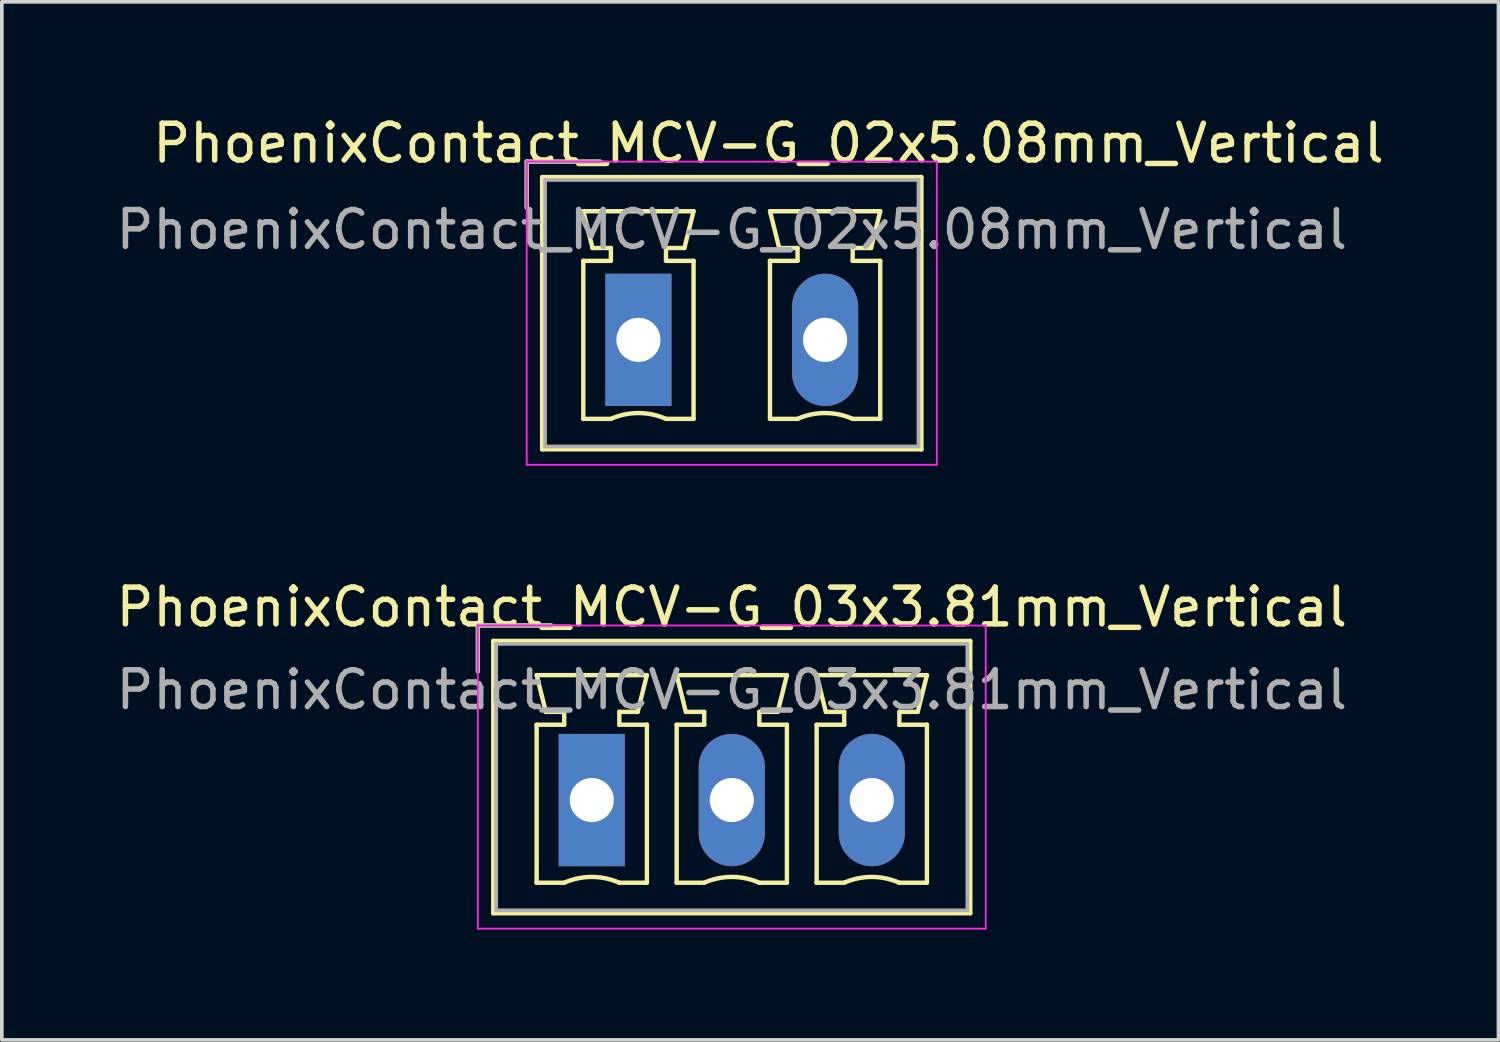
<source format=kicad_pcb>
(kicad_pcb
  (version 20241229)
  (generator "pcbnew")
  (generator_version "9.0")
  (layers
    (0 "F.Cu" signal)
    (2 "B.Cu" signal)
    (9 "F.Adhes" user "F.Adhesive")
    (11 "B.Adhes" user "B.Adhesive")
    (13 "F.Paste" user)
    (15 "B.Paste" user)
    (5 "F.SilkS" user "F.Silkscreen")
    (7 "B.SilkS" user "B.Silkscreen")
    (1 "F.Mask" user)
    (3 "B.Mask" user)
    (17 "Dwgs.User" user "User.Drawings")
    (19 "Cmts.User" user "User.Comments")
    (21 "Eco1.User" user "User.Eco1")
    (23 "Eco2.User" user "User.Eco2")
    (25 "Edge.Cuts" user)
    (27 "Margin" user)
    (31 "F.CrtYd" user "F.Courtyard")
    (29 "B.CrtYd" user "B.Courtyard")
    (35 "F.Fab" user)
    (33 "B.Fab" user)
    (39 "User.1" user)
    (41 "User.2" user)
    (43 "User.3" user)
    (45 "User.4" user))
  (footprint "PhoenixContact_MCV-G_02x5.08mm_Vertical"
    (layer "F.Cu")
    (at 14.323 6.198)
    (property "Reference" "PhoenixContact_MCV-G_02x5.08mm_Vertical" (at 3.54 -5.35 0) (layer "F.SilkS") (effects (font (size 1 1) (thickness 0.15))))
    (attr through_hole)
    (fp_line (start -3.04 -4.85) (end -1.04 -4.85) (stroke (width 0.12) (type solid)) (layer "F.SilkS"))
    (fp_line (start -3.04 -3.6) (end -3.04 -4.85) (stroke (width 0.12) (type solid)) (layer "F.SilkS"))
    (fp_line (start -2.62 -4.43) (end -2.62 2.98) (stroke (width 0.12) (type solid)) (layer "F.SilkS"))
    (fp_line (start -2.62 2.98) (end 7.7 2.98) (stroke (width 0.12) (type solid)) (layer "F.SilkS"))
    (fp_line (start -1.5 -3.5) (end 1.5 -3.5) (stroke (width 0.12) (type solid)) (layer "F.SilkS"))
    (fp_line (start -1.5 -2.15) (end -0.75 -2.15) (stroke (width 0.12) (type solid)) (layer "F.SilkS"))
    (fp_line (start -1.5 2.15) (end -1.5 -2.15) (stroke (width 0.12) (type solid)) (layer "F.SilkS"))
    (fp_line (start -1.25 -2.5) (end -1.5 -3.5) (stroke (width 0.12) (type solid)) (layer "F.SilkS"))
    (fp_line (start -0.75 -2.5) (end -1.25 -2.5) (stroke (width 0.12) (type solid)) (layer "F.SilkS"))
    (fp_line (start -0.75 -2.15) (end -0.75 -2.5) (stroke (width 0.12) (type solid)) (layer "F.SilkS"))
    (fp_line (start -0.75 2.15) (end -1.5 2.15) (stroke (width 0.12) (type solid)) (layer "F.SilkS"))
    (fp_line (start 0.75 -2.5) (end 0.75 -2.15) (stroke (width 0.12) (type solid)) (layer "F.SilkS"))
    (fp_line (start 0.75 -2.15) (end 1.5 -2.15) (stroke (width 0.12) (type solid)) (layer "F.SilkS"))
    (fp_line (start 1.25 -2.5) (end 0.75 -2.5) (stroke (width 0.12) (type solid)) (layer "F.SilkS"))
    (fp_line (start 1.5 -3.5) (end 1.25 -2.5) (stroke (width 0.12) (type solid)) (layer "F.SilkS"))
    (fp_line (start 1.5 -2.15) (end 1.5 2.15) (stroke (width 0.12) (type solid)) (layer "F.SilkS"))
    (fp_line (start 1.5 2.15) (end 0.75 2.15) (stroke (width 0.12) (type solid)) (layer "F.SilkS"))
    (fp_line (start 3.58 -3.5) (end 6.58 -3.5) (stroke (width 0.12) (type solid)) (layer "F.SilkS"))
    (fp_line (start 3.58 -2.15) (end 4.33 -2.15) (stroke (width 0.12) (type solid)) (layer "F.SilkS"))
    (fp_line (start 3.58 2.15) (end 3.58 -2.15) (stroke (width 0.12) (type solid)) (layer "F.SilkS"))
    (fp_line (start 3.83 -2.5) (end 3.58 -3.5) (stroke (width 0.12) (type solid)) (layer "F.SilkS"))
    (fp_line (start 4.33 -2.5) (end 3.83 -2.5) (stroke (width 0.12) (type solid)) (layer "F.SilkS"))
    (fp_line (start 4.33 -2.15) (end 4.33 -2.5) (stroke (width 0.12) (type solid)) (layer "F.SilkS"))
    (fp_line (start 4.33 2.15) (end 3.58 2.15) (stroke (width 0.12) (type solid)) (layer "F.SilkS"))
    (fp_line (start 5.83 -2.5) (end 5.83 -2.15) (stroke (width 0.12) (type solid)) (layer "F.SilkS"))
    (fp_line (start 5.83 -2.15) (end 6.58 -2.15) (stroke (width 0.12) (type solid)) (layer "F.SilkS"))
    (fp_line (start 6.33 -2.5) (end 5.83 -2.5) (stroke (width 0.12) (type solid)) (layer "F.SilkS"))
    (fp_line (start 6.58 -3.5) (end 6.33 -2.5) (stroke (width 0.12) (type solid)) (layer "F.SilkS"))
    (fp_line (start 6.58 -2.15) (end 6.58 2.15) (stroke (width 0.12) (type solid)) (layer "F.SilkS"))
    (fp_line (start 6.58 2.15) (end 5.83 2.15) (stroke (width 0.12) (type solid)) (layer "F.SilkS"))
    (fp_line (start 7.7 -4.43) (end -2.62 -4.43) (stroke (width 0.12) (type solid)) (layer "F.SilkS"))
    (fp_line (start 7.7 2.98) (end 7.7 -4.43) (stroke (width 0.12) (type solid)) (layer "F.SilkS"))
    (fp_arc (start -0.75 2.15) (mid -0.000193 1.99191) (end 0.749647 2.149844) (stroke (width 0.12) (type solid)) (layer "F.SilkS"))
    (fp_arc (start 4.33 2.15) (mid 5.079807 1.99191) (end 5.829647 2.149844) (stroke (width 0.12) (type solid)) (layer "F.SilkS"))
    (fp_line (start -3.04 -4.85) (end -3.04 3.4) (stroke (width 0.05) (type solid)) (layer "F.CrtYd"))
    (fp_line (start -3.04 3.4) (end 8.12 3.4) (stroke (width 0.05) (type solid)) (layer "F.CrtYd"))
    (fp_line (start 8.12 -4.85) (end -3.04 -4.85) (stroke (width 0.05) (type solid)) (layer "F.CrtYd"))
    (fp_line (start 8.12 3.4) (end 8.12 -4.85) (stroke (width 0.05) (type solid)) (layer "F.CrtYd"))
    (fp_line (start -3.04 -4.85) (end -1.04 -4.85) (stroke (width 0.1) (type solid)) (layer "F.Fab"))
    (fp_line (start -3.04 -3.6) (end -3.04 -4.85) (stroke (width 0.1) (type solid)) (layer "F.Fab"))
    (fp_line (start -2.54 -4.35) (end -2.54 2.9) (stroke (width 0.1) (type solid)) (layer "F.Fab"))
    (fp_line (start -2.54 2.9) (end 7.62 2.9) (stroke (width 0.1) (type solid)) (layer "F.Fab"))
    (fp_line (start 7.62 -4.35) (end -2.54 -4.35) (stroke (width 0.1) (type solid)) (layer "F.Fab"))
    (fp_line (start 7.62 2.9) (end 7.62 -4.35) (stroke (width 0.1) (type solid)) (layer "F.Fab"))
    (fp_text user "${REFERENCE}" (at 2.54 -3 0) (layer "F.Fab") (effects (font (size 1 1) (thickness 0.15))))
    (pad "1" thru_hole rect (at 0 0) (size 1.8 3.6) (drill 1.2) (layers "*.Cu" "*.Mask"))
    (pad "2" thru_hole oval (at 5.08 0) (size 1.8 3.6) (drill 1.2) (layers "*.Cu" "*.Mask")))
  (footprint "PhoenixContact_MCV-G_03x3.81mm_Vertical"
    (layer "F.Cu")
    (at 13.053 18.721)
    (property "Reference" "PhoenixContact_MCV-G_03x3.81mm_Vertical" (at 3.81 -5.25 0) (layer "F.SilkS") (effects (font (size 1 1) (thickness 0.15))))
    (attr through_hole)
    (fp_line (start -3.1 -4.75) (end -1.1 -4.75) (stroke (width 0.12) (type solid)) (layer "F.SilkS"))
    (fp_line (start -3.1 -3.5) (end -3.1 -4.75) (stroke (width 0.12) (type solid)) (layer "F.SilkS"))
    (fp_line (start -2.68 -4.33) (end -2.68 3.08) (stroke (width 0.12) (type solid)) (layer "F.SilkS"))
    (fp_line (start -2.68 3.08) (end 10.3 3.08) (stroke (width 0.12) (type solid)) (layer "F.SilkS"))
    (fp_line (start -1.5 -3.4) (end 1.5 -3.4) (stroke (width 0.12) (type solid)) (layer "F.SilkS"))
    (fp_line (start -1.5 -2.05) (end -0.75 -2.05) (stroke (width 0.12) (type solid)) (layer "F.SilkS"))
    (fp_line (start -1.5 2.25) (end -1.5 -2.05) (stroke (width 0.12) (type solid)) (layer "F.SilkS"))
    (fp_line (start -1.25 -2.4) (end -1.5 -3.4) (stroke (width 0.12) (type solid)) (layer "F.SilkS"))
    (fp_line (start -0.75 -2.4) (end -1.25 -2.4) (stroke (width 0.12) (type solid)) (layer "F.SilkS"))
    (fp_line (start -0.75 -2.05) (end -0.75 -2.4) (stroke (width 0.12) (type solid)) (layer "F.SilkS"))
    (fp_line (start -0.75 2.25) (end -1.5 2.25) (stroke (width 0.12) (type solid)) (layer "F.SilkS"))
    (fp_line (start 0.75 -2.4) (end 0.75 -2.05) (stroke (width 0.12) (type solid)) (layer "F.SilkS"))
    (fp_line (start 0.75 -2.05) (end 1.5 -2.05) (stroke (width 0.12) (type solid)) (layer "F.SilkS"))
    (fp_line (start 1.25 -2.4) (end 0.75 -2.4) (stroke (width 0.12) (type solid)) (layer "F.SilkS"))
    (fp_line (start 1.5 -3.4) (end 1.25 -2.4) (stroke (width 0.12) (type solid)) (layer "F.SilkS"))
    (fp_line (start 1.5 -2.05) (end 1.5 2.25) (stroke (width 0.12) (type solid)) (layer "F.SilkS"))
    (fp_line (start 1.5 2.25) (end 0.75 2.25) (stroke (width 0.12) (type solid)) (layer "F.SilkS"))
    (fp_line (start 2.31 -3.4) (end 5.31 -3.4) (stroke (width 0.12) (type solid)) (layer "F.SilkS"))
    (fp_line (start 2.31 -2.05) (end 3.06 -2.05) (stroke (width 0.12) (type solid)) (layer "F.SilkS"))
    (fp_line (start 2.31 2.25) (end 2.31 -2.05) (stroke (width 0.12) (type solid)) (layer "F.SilkS"))
    (fp_line (start 2.56 -2.4) (end 2.31 -3.4) (stroke (width 0.12) (type solid)) (layer "F.SilkS"))
    (fp_line (start 3.06 -2.4) (end 2.56 -2.4) (stroke (width 0.12) (type solid)) (layer "F.SilkS"))
    (fp_line (start 3.06 -2.05) (end 3.06 -2.4) (stroke (width 0.12) (type solid)) (layer "F.SilkS"))
    (fp_line (start 3.06 2.25) (end 2.31 2.25) (stroke (width 0.12) (type solid)) (layer "F.SilkS"))
    (fp_line (start 4.56 -2.4) (end 4.56 -2.05) (stroke (width 0.12) (type solid)) (layer "F.SilkS"))
    (fp_line (start 4.56 -2.05) (end 5.31 -2.05) (stroke (width 0.12) (type solid)) (layer "F.SilkS"))
    (fp_line (start 5.06 -2.4) (end 4.56 -2.4) (stroke (width 0.12) (type solid)) (layer "F.SilkS"))
    (fp_line (start 5.31 -3.4) (end 5.06 -2.4) (stroke (width 0.12) (type solid)) (layer "F.SilkS"))
    (fp_line (start 5.31 -2.05) (end 5.31 2.25) (stroke (width 0.12) (type solid)) (layer "F.SilkS"))
    (fp_line (start 5.31 2.25) (end 4.56 2.25) (stroke (width 0.12) (type solid)) (layer "F.SilkS"))
    (fp_line (start 6.12 -3.4) (end 9.12 -3.4) (stroke (width 0.12) (type solid)) (layer "F.SilkS"))
    (fp_line (start 6.12 -2.05) (end 6.87 -2.05) (stroke (width 0.12) (type solid)) (layer "F.SilkS"))
    (fp_line (start 6.12 2.25) (end 6.12 -2.05) (stroke (width 0.12) (type solid)) (layer "F.SilkS"))
    (fp_line (start 6.37 -2.4) (end 6.12 -3.4) (stroke (width 0.12) (type solid)) (layer "F.SilkS"))
    (fp_line (start 6.87 -2.4) (end 6.37 -2.4) (stroke (width 0.12) (type solid)) (layer "F.SilkS"))
    (fp_line (start 6.87 -2.05) (end 6.87 -2.4) (stroke (width 0.12) (type solid)) (layer "F.SilkS"))
    (fp_line (start 6.87 2.25) (end 6.12 2.25) (stroke (width 0.12) (type solid)) (layer "F.SilkS"))
    (fp_line (start 8.37 -2.4) (end 8.37 -2.05) (stroke (width 0.12) (type solid)) (layer "F.SilkS"))
    (fp_line (start 8.37 -2.05) (end 9.12 -2.05) (stroke (width 0.12) (type solid)) (layer "F.SilkS"))
    (fp_line (start 8.87 -2.4) (end 8.37 -2.4) (stroke (width 0.12) (type solid)) (layer "F.SilkS"))
    (fp_line (start 9.12 -3.4) (end 8.87 -2.4) (stroke (width 0.12) (type solid)) (layer "F.SilkS"))
    (fp_line (start 9.12 -2.05) (end 9.12 2.25) (stroke (width 0.12) (type solid)) (layer "F.SilkS"))
    (fp_line (start 9.12 2.25) (end 8.37 2.25) (stroke (width 0.12) (type solid)) (layer "F.SilkS"))
    (fp_line (start 10.3 -4.33) (end -2.68 -4.33) (stroke (width 0.12) (type solid)) (layer "F.SilkS"))
    (fp_line (start 10.3 3.08) (end 10.3 -4.33) (stroke (width 0.12) (type solid)) (layer "F.SilkS"))
    (fp_arc (start -0.75 2.25) (mid -0.000193 2.09191) (end 0.749647 2.249844) (stroke (width 0.12) (type solid)) (layer "F.SilkS"))
    (fp_arc (start 3.06 2.25) (mid 3.809807 2.09191) (end 4.559647 2.249844) (stroke (width 0.12) (type solid)) (layer "F.SilkS"))
    (fp_arc (start 6.87 2.25) (mid 7.619807 2.09191) (end 8.369647 2.249844) (stroke (width 0.12) (type solid)) (layer "F.SilkS"))
    (fp_line (start -3.1 -4.75) (end -3.1 3.5) (stroke (width 0.05) (type solid)) (layer "F.CrtYd"))
    (fp_line (start -3.1 3.5) (end 10.72 3.5) (stroke (width 0.05) (type solid)) (layer "F.CrtYd"))
    (fp_line (start 10.72 -4.75) (end -3.1 -4.75) (stroke (width 0.05) (type solid)) (layer "F.CrtYd"))
    (fp_line (start 10.72 3.5) (end 10.72 -4.75) (stroke (width 0.05) (type solid)) (layer "F.CrtYd"))
    (fp_line (start -3.1 -4.75) (end -1.1 -4.75) (stroke (width 0.1) (type solid)) (layer "F.Fab"))
    (fp_line (start -3.1 -3.5) (end -3.1 -4.75) (stroke (width 0.1) (type solid)) (layer "F.Fab"))
    (fp_line (start -2.6 -4.25) (end -2.6 3) (stroke (width 0.1) (type solid)) (layer "F.Fab"))
    (fp_line (start -2.6 3) (end 10.22 3) (stroke (width 0.1) (type solid)) (layer "F.Fab"))
    (fp_line (start 10.22 -4.25) (end -2.6 -4.25) (stroke (width 0.1) (type solid)) (layer "F.Fab"))
    (fp_line (start 10.22 3) (end 10.22 -4.25) (stroke (width 0.1) (type solid)) (layer "F.Fab"))
    (fp_text user "${REFERENCE}" (at 3.81 -3 0) (layer "F.Fab") (effects (font (size 1 1) (thickness 0.15))))
    (pad "1" thru_hole rect (at 0 0) (size 1.8 3.6) (drill 1.2) (layers "*.Cu" "*.Mask"))
    (pad "2" thru_hole oval (at 3.81 0) (size 1.8 3.6) (drill 1.2) (layers "*.Cu" "*.Mask"))
    (pad "3" thru_hole oval (at 7.62 0) (size 1.8 3.6) (drill 1.2) (layers "*.Cu" "*.Mask")))
  (gr_rect
    (start -3 -3)
    (end 37.726 25.247)
    (stroke (width 0.1) (type default))
    (fill no)
    (layer "Edge.Cuts")))
</source>
